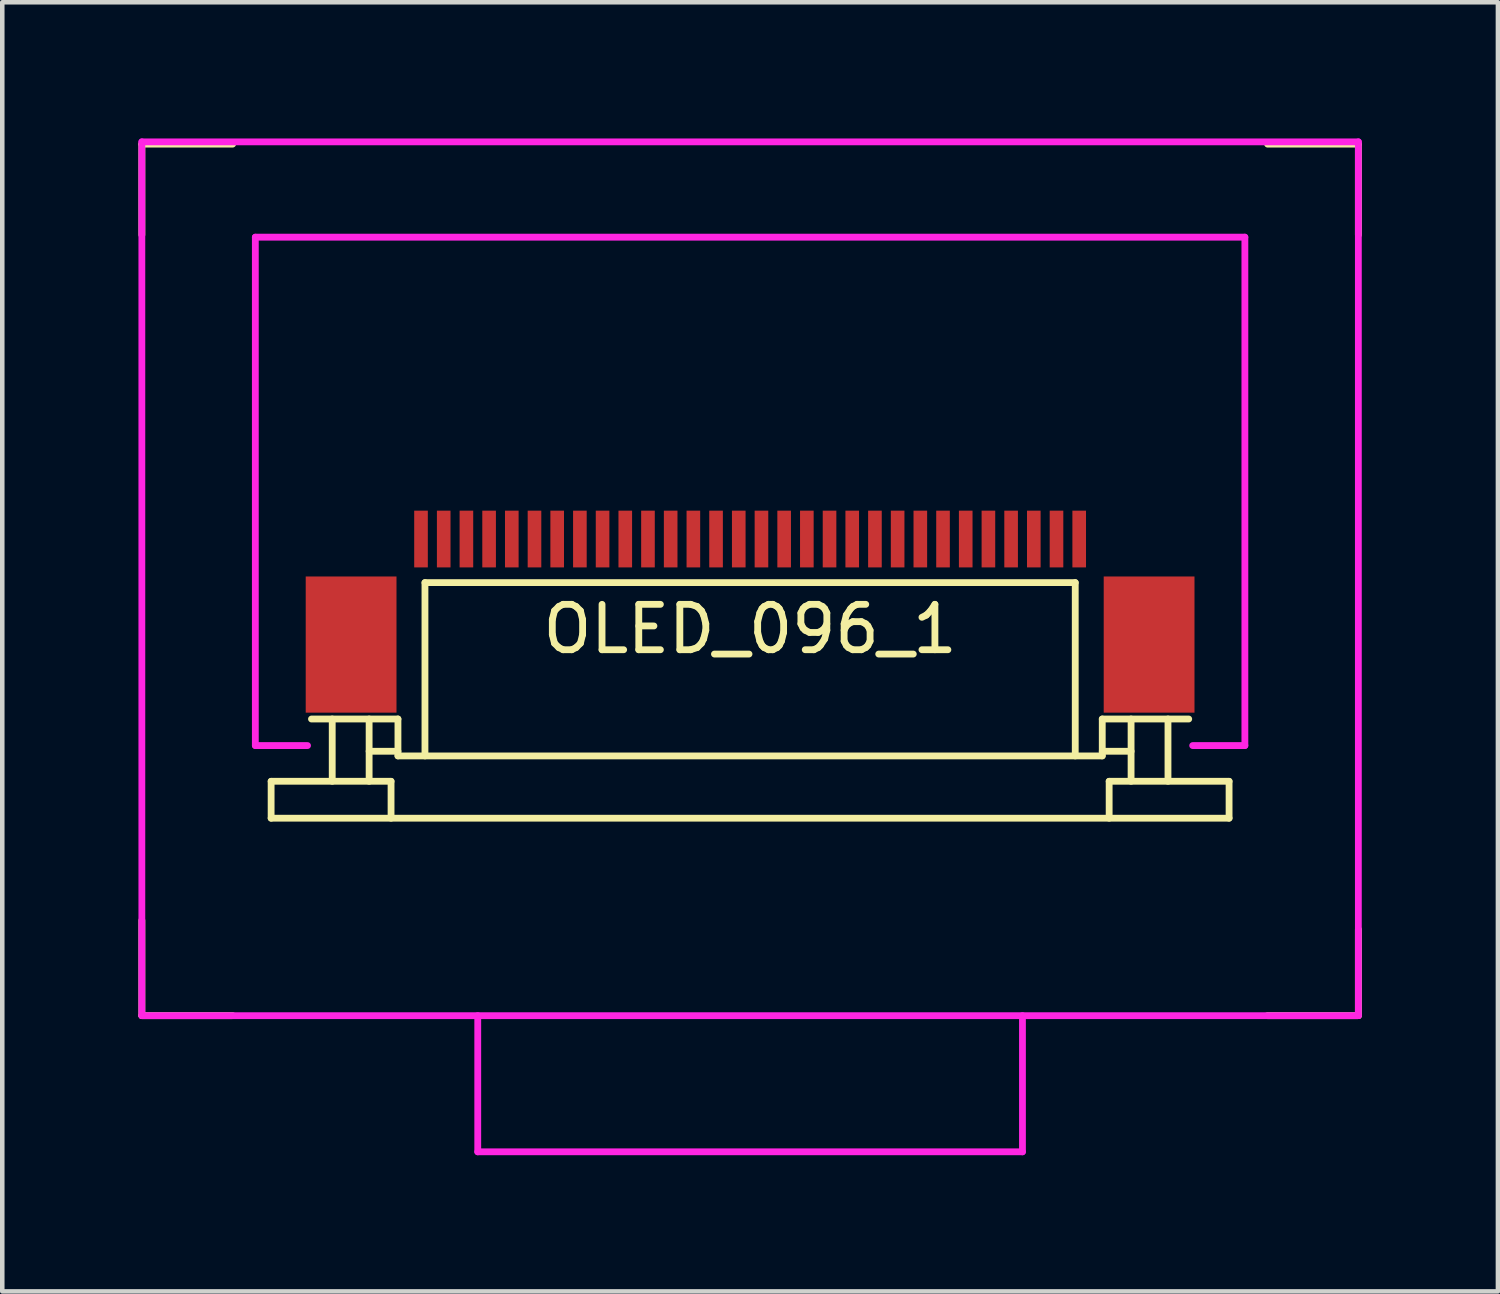
<source format=kicad_pcb>
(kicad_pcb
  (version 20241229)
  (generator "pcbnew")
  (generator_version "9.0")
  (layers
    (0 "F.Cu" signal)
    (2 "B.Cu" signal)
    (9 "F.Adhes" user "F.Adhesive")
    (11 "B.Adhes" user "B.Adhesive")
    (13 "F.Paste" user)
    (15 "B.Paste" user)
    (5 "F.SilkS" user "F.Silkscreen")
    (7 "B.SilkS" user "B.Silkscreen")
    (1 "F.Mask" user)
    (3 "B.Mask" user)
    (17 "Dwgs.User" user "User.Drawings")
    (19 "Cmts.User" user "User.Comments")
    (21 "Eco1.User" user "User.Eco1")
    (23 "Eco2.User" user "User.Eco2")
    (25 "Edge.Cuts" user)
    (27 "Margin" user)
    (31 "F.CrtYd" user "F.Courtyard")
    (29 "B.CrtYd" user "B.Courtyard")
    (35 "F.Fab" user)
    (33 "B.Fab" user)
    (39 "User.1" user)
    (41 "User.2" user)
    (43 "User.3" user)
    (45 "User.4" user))
  (footprint "OLED_096_1"
    (layer "F.Cu")
    (at 13.475 9.325)
    (property "Reference" "OLED_096_1" (at 0 1.484 0) (layer "F.SilkS") (effects (font (size 1 1) (thickness 0.15))))
    (attr smd)
    (fp_line (start -13.4 -9.2) (end -13.4 -7.2) (stroke (width 0.15) (type solid)) (layer "F.SilkS"))
    (fp_line (start -13.4 -9.2) (end -11.4 -9.2) (stroke (width 0.15) (type solid)) (layer "F.SilkS"))
    (fp_line (start -13.4 10) (end -13.4 7.9) (stroke (width 0.15) (type solid)) (layer "F.SilkS"))
    (fp_line (start -13.4 10) (end -11.4 10) (stroke (width 0.15) (type solid)) (layer "F.SilkS"))
    (fp_line (start -10.552 4.837) (end -7.91 4.837) (stroke (width 0.15) (type solid)) (layer "F.SilkS"))
    (fp_line (start -10.552 5.65) (end -10.552 4.837) (stroke (width 0.15) (type solid)) (layer "F.SilkS"))
    (fp_line (start -10.552 5.65) (end 10.552 5.65) (stroke (width 0.15) (type solid)) (layer "F.SilkS"))
    (fp_line (start -9.663 3.465) (end -7.758 3.465) (stroke (width 0.15) (type solid)) (layer "F.SilkS"))
    (fp_line (start -9.206 3.465) (end -9.206 4.837) (stroke (width 0.15) (type solid)) (layer "F.SilkS"))
    (fp_line (start -8.393 3.465) (end -8.393 4.837) (stroke (width 0.15) (type solid)) (layer "F.SilkS"))
    (fp_line (start -7.91 4.837) (end -7.91 5.65) (stroke (width 0.15) (type solid)) (layer "F.SilkS"))
    (fp_line (start -7.758 3.465) (end -7.758 4.278) (stroke (width 0.15) (type solid)) (layer "F.SilkS"))
    (fp_line (start -7.758 4.176) (end -8.393 4.176) (stroke (width 0.15) (type solid)) (layer "F.SilkS"))
    (fp_line (start -7.758 4.278) (end 7.758 4.278) (stroke (width 0.15) (type solid)) (layer "F.SilkS"))
    (fp_line (start -7.163 0.46) (end -7.163 4.278) (stroke (width 0.15) (type solid)) (layer "F.SilkS"))
    (fp_line (start -7.163 0.46) (end 7.163 0.46) (stroke (width 0.15) (type solid)) (layer "F.SilkS"))
    (fp_line (start 7.163 4.278) (end 7.163 0.46) (stroke (width 0.15) (type solid)) (layer "F.SilkS"))
    (fp_line (start 7.758 3.465) (end 9.663 3.465) (stroke (width 0.15) (type solid)) (layer "F.SilkS"))
    (fp_line (start 7.758 4.176) (end 8.393 4.176) (stroke (width 0.15) (type solid)) (layer "F.SilkS"))
    (fp_line (start 7.758 4.278) (end 7.758 3.465) (stroke (width 0.15) (type solid)) (layer "F.SilkS"))
    (fp_line (start 7.91 4.837) (end 7.91 5.65) (stroke (width 0.15) (type solid)) (layer "F.SilkS"))
    (fp_line (start 8.393 3.465) (end 8.393 4.837) (stroke (width 0.15) (type solid)) (layer "F.SilkS"))
    (fp_line (start 9.206 3.465) (end 9.206 4.837) (stroke (width 0.15) (type solid)) (layer "F.SilkS"))
    (fp_line (start 10.552 4.837) (end 7.91 4.837) (stroke (width 0.15) (type solid)) (layer "F.SilkS"))
    (fp_line (start 10.552 5.65) (end 10.552 4.837) (stroke (width 0.15) (type solid)) (layer "F.SilkS"))
    (fp_line (start 13.4 -9.2) (end 11.4 -9.2) (stroke (width 0.15) (type solid)) (layer "F.SilkS"))
    (fp_line (start 13.4 -9.2) (end 13.4 -7.2) (stroke (width 0.15) (type solid)) (layer "F.SilkS"))
    (fp_line (start 13.4 10) (end 11.4 10) (stroke (width 0.15) (type solid)) (layer "F.SilkS"))
    (fp_line (start 13.4 10) (end 13.4 8.1) (stroke (width 0.15) (type solid)) (layer "F.SilkS"))
    (fp_line (start -13.4 -9.25) (end -13.4 10) (stroke (width 0.15) (type solid)) (layer "F.CrtYd"))
    (fp_line (start -13.4 -9.25) (end 13.4 -9.25) (stroke (width 0.15) (type solid)) (layer "F.CrtYd"))
    (fp_line (start -13.4 10) (end 13.4 10) (stroke (width 0.15) (type solid)) (layer "F.CrtYd"))
    (fp_line (start -10.9 -7.15) (end -10.9 4.05) (stroke (width 0.15) (type solid)) (layer "F.CrtYd"))
    (fp_line (start -10.9 -7.15) (end 10.9 -7.15) (stroke (width 0.15) (type solid)) (layer "F.CrtYd"))
    (fp_line (start -10.9 4.05) (end -9.75 4.05) (stroke (width 0.15) (type solid)) (layer "F.CrtYd"))
    (fp_line (start -6 13) (end -6 10) (stroke (width 0.15) (type solid)) (layer "F.CrtYd"))
    (fp_line (start -6 13) (end 6 13) (stroke (width 0.15) (type solid)) (layer "F.CrtYd"))
    (fp_line (start 6 13) (end 6 10) (stroke (width 0.15) (type solid)) (layer "F.CrtYd"))
    (fp_line (start 10.9 -7.15) (end 10.9 4.05) (stroke (width 0.15) (type solid)) (layer "F.CrtYd"))
    (fp_line (start 10.9 4.05) (end 9.75 4.05) (stroke (width 0.15) (type solid)) (layer "F.CrtYd"))
    (fp_line (start 13.4 -9.25) (end 13.4 10) (stroke (width 0.15) (type solid)) (layer "F.CrtYd"))
    (pad "" smd rect (at -8.79 1.825) (size 2 3) (layers "F.Cu" "F.Mask" "F.Paste"))
    (pad "" smd rect (at 8.79 1.825) (size 2 3) (layers "F.Cu" "F.Mask" "F.Paste"))
    (pad "1" smd rect (at -7.25 -0.5) (size 0.3 1.25) (layers "F.Cu" "F.Mask" "F.Paste"))
    (pad "2" smd rect (at -6.75 -0.5) (size 0.3 1.25) (layers "F.Cu" "F.Mask" "F.Paste"))
    (pad "3" smd rect (at -6.25 -0.5) (size 0.3 1.25) (layers "F.Cu" "F.Mask" "F.Paste"))
    (pad "4" smd rect (at -5.75 -0.5) (size 0.3 1.25) (layers "F.Cu" "F.Mask" "F.Paste"))
    (pad "5" smd rect (at -5.25 -0.5) (size 0.3 1.25) (layers "F.Cu" "F.Mask" "F.Paste"))
    (pad "6" smd rect (at -4.75 -0.5) (size 0.3 1.25) (layers "F.Cu" "F.Mask" "F.Paste"))
    (pad "7" smd rect (at -4.25 -0.5) (size 0.3 1.25) (layers "F.Cu" "F.Mask" "F.Paste"))
    (pad "8" smd rect (at -3.75 -0.5) (size 0.3 1.25) (layers "F.Cu" "F.Mask" "F.Paste"))
    (pad "9" smd rect (at -3.25 -0.5) (size 0.3 1.25) (layers "F.Cu" "F.Mask" "F.Paste"))
    (pad "10" smd rect (at -2.75 -0.5) (size 0.3 1.25) (layers "F.Cu" "F.Mask" "F.Paste"))
    (pad "11" smd rect (at -2.25 -0.5) (size 0.3 1.25) (layers "F.Cu" "F.Mask" "F.Paste"))
    (pad "12" smd rect (at -1.75 -0.5) (size 0.3 1.25) (layers "F.Cu" "F.Mask" "F.Paste"))
    (pad "13" smd rect (at -1.25 -0.5) (size 0.3 1.25) (layers "F.Cu" "F.Mask" "F.Paste"))
    (pad "14" smd rect (at -0.75 -0.5) (size 0.3 1.25) (layers "F.Cu" "F.Mask" "F.Paste"))
    (pad "15" smd rect (at -0.25 -0.5) (size 0.3 1.25) (layers "F.Cu" "F.Mask" "F.Paste"))
    (pad "16" smd rect (at 0.25 -0.5) (size 0.3 1.25) (layers "F.Cu" "F.Mask" "F.Paste"))
    (pad "17" smd rect (at 0.75 -0.5) (size 0.3 1.25) (layers "F.Cu" "F.Mask" "F.Paste"))
    (pad "18" smd rect (at 1.25 -0.5) (size 0.3 1.25) (layers "F.Cu" "F.Mask" "F.Paste"))
    (pad "19" smd rect (at 1.75 -0.5) (size 0.3 1.25) (layers "F.Cu" "F.Mask" "F.Paste"))
    (pad "20" smd rect (at 2.25 -0.5) (size 0.3 1.25) (layers "F.Cu" "F.Mask" "F.Paste"))
    (pad "21" smd rect (at 2.75 -0.5) (size 0.3 1.25) (layers "F.Cu" "F.Mask" "F.Paste"))
    (pad "22" smd rect (at 3.25 -0.5) (size 0.3 1.25) (layers "F.Cu" "F.Mask" "F.Paste"))
    (pad "23" smd rect (at 3.75 -0.5) (size 0.3 1.25) (layers "F.Cu" "F.Mask" "F.Paste"))
    (pad "24" smd rect (at 4.25 -0.5) (size 0.3 1.25) (layers "F.Cu" "F.Mask" "F.Paste"))
    (pad "25" smd rect (at 4.75 -0.5) (size 0.3 1.25) (layers "F.Cu" "F.Mask" "F.Paste"))
    (pad "26" smd rect (at 5.25 -0.5) (size 0.3 1.25) (layers "F.Cu" "F.Mask" "F.Paste"))
    (pad "27" smd rect (at 5.75 -0.5) (size 0.3 1.25) (layers "F.Cu" "F.Mask" "F.Paste"))
    (pad "28" smd rect (at 6.25 -0.5) (size 0.3 1.25) (layers "F.Cu" "F.Mask" "F.Paste"))
    (pad "29" smd rect (at 6.75 -0.5) (size 0.3 1.25) (layers "F.Cu" "F.Mask" "F.Paste"))
    (pad "30" smd rect (at 7.25 -0.5) (size 0.3 1.25) (layers "F.Cu" "F.Mask" "F.Paste")))
  (gr_rect
    (start -3 -3)
    (end 29.95 25.4)
    (stroke (width 0.1) (type default))
    (fill no)
    (layer "Edge.Cuts")))
</source>
